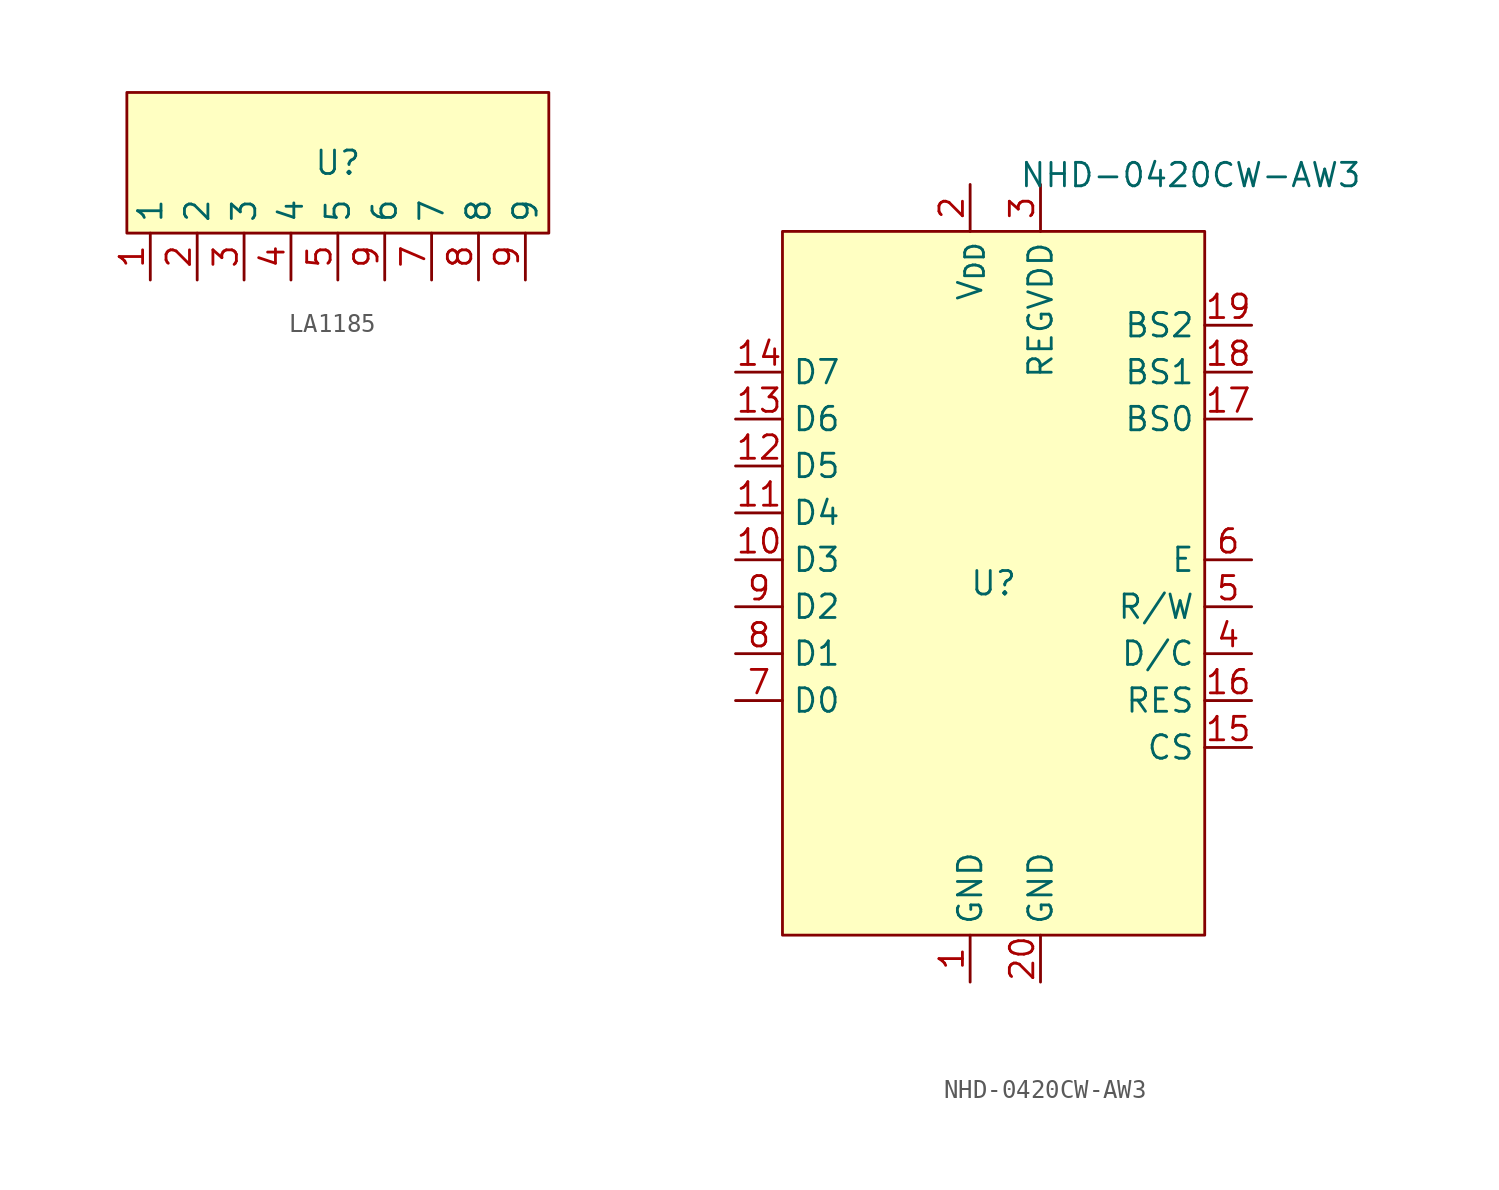
<source format=kicad_sym>
(kicad_symbol_lib
  (version 20241209)
  (generator "kicad_symbol_editor")
  (generator_version "9.0")
  (symbol "LA1185"
    (property "Reference" "U"
      (at 0 0 0)
      (effects (font (size 1.27 1.27))))
    (property "Value" ""
      (at 0 0 0)
      (effects (font (size 1.27 1.27))))
    (symbol "LA1185_1_1"
      (rectangle (start -11.43 3.81) (end 11.43 -3.81) (stroke (width 0) (type solid)) (fill (type background)))
      (pin input line (at -10.16 -6.35 90) (length 2.54) (name "1" (effects (font (size 1.27 1.27)))) (number "1" (effects (font (size 1.27 1.27)))))
      (pin input line (at -7.62 -6.35 90) (length 2.54) (name "2" (effects (font (size 1.27 1.27)))) (number "2" (effects (font (size 1.27 1.27)))))
      (pin output line (at -5.08 -6.35 90) (length 2.54) (name "3" (effects (font (size 1.27 1.27)))) (number "3" (effects (font (size 1.27 1.27)))))
      (pin input line (at -2.54 -6.35 90) (length 2.54) (name "4" (effects (font (size 1.27 1.27)))) (number "4" (effects (font (size 1.27 1.27)))))
      (pin power_in line (at 0 -6.35 90) (length 2.54) (name "5" (effects (font (size 1.27 1.27)))) (number "5" (effects (font (size 1.27 1.27)))))
      (pin output line (at 2.54 -6.35 90) (length 2.54) (name "6" (effects (font (size 1.27 1.27)))) (number "9" (effects (font (size 1.27 1.27)))))
      (pin input line (at 5.08 -6.35 90) (length 2.54) (name "7" (effects (font (size 1.27 1.27)))) (number "7" (effects (font (size 1.27 1.27)))))
      (pin input line (at 7.62 -6.35 90) (length 2.54) (name "8" (effects (font (size 1.27 1.27)))) (number "8" (effects (font (size 1.27 1.27)))))
      (pin power_in line (at 10.16 -6.35 90) (length 2.54) (name "9" (effects (font (size 1.27 1.27)))) (number "9" (effects (font (size 1.27 1.27)))))))
  (symbol "NHD-0420CW-AW3"
    (property "Reference" "U"
      (at 0 0 0)
      (effects (font (size 1.27 1.27))))
    (property "Value" "NHD-0420CW-AW3"
      (at 10.668 22.098 0)
      (effects (font (size 1.27 1.27))))
    (symbol "NHD-0420CW-AW3_0_0"
      (pin input line (at -13.97 11.43 0) (length 2.54) (name "D7" (effects (font (size 1.27 1.27)))) (number "14" (effects (font (size 1.27 1.27)))))
      (pin input line (at -13.97 8.89 0) (length 2.54) (name "D6" (effects (font (size 1.27 1.27)))) (number "13" (effects (font (size 1.27 1.27)))))
      (pin input line (at -13.97 6.35 0) (length 2.54) (name "D5" (effects (font (size 1.27 1.27)))) (number "12" (effects (font (size 1.27 1.27)))))
      (pin input line (at -13.97 3.81 0) (length 2.54) (name "D4" (effects (font (size 1.27 1.27)))) (number "11" (effects (font (size 1.27 1.27)))))
      (pin input line (at -13.97 1.27 0) (length 2.54) (name "D3" (effects (font (size 1.27 1.27)))) (number "10" (effects (font (size 1.27 1.27)))))
      (pin input line (at -13.97 -1.27 0) (length 2.54) (name "D2" (effects (font (size 1.27 1.27)))) (number "9" (effects (font (size 1.27 1.27)))))
      (pin input line (at -13.97 -3.81 0) (length 2.54) (name "D1" (effects (font (size 1.27 1.27)))) (number "8" (effects (font (size 1.27 1.27)))))
      (pin input line (at -13.97 -6.35 0) (length 2.54) (name "D0" (effects (font (size 1.27 1.27)))) (number "7" (effects (font (size 1.27 1.27)))))
      (pin power_in line (at -1.27 21.59 270) (length 2.54) (name "V_{DD}" (effects (font (size 1.27 1.27)))) (number "2" (effects (font (size 1.27 1.27)))))
      (pin power_in line (at -1.27 -21.59 90) (length 2.54) (name "GND" (effects (font (size 1.27 1.27)))) (number "1" (effects (font (size 1.27 1.27)))))
      (pin power_in line (at 2.54 21.59 270) (length 2.54) (name "REGVDD" (effects (font (size 1.27 1.27)))) (number "3" (effects (font (size 1.27 1.27)))))
      (pin power_in line (at 2.54 -21.59 90) (length 2.54) (name "GND" (effects (font (size 1.27 1.27)))) (number "20" (effects (font (size 1.27 1.27)))))
      (pin input line (at 13.97 13.97 180) (length 2.54) (name "BS2" (effects (font (size 1.27 1.27)))) (number "19" (effects (font (size 1.27 1.27)))))
      (pin input line (at 13.97 11.43 180) (length 2.54) (name "BS1" (effects (font (size 1.27 1.27)))) (number "18" (effects (font (size 1.27 1.27)))))
      (pin input line (at 13.97 8.89 180) (length 2.54) (name "BS0" (effects (font (size 1.27 1.27)))) (number "17" (effects (font (size 1.27 1.27)))))
      (pin input line (at 13.97 1.27 180) (length 2.54) (name "E" (effects (font (size 1.27 1.27)))) (number "6" (effects (font (size 1.27 1.27)))))
      (pin input line (at 13.97 -1.27 180) (length 2.54) (name "R/W" (effects (font (size 1.27 1.27)))) (number "5" (effects (font (size 1.27 1.27)))))
      (pin input line (at 13.97 -3.81 180) (length 2.54) (name "D/C" (effects (font (size 1.27 1.27)))) (number "4" (effects (font (size 1.27 1.27)))))
      (pin input line (at 13.97 -6.35 180) (length 2.54) (name "RES" (effects (font (size 1.27 1.27)))) (number "16" (effects (font (size 1.27 1.27)))))
      (pin input line (at 13.97 -8.89 180) (length 2.54) (name "CS" (effects (font (size 1.27 1.27)))) (number "15" (effects (font (size 1.27 1.27))))))
    (symbol "NHD-0420CW-AW3_1_1"
      (rectangle (start -11.43 19.05) (end 11.43 -19.05) (stroke (width 0) (type solid)) (fill (type background))))))
</source>
